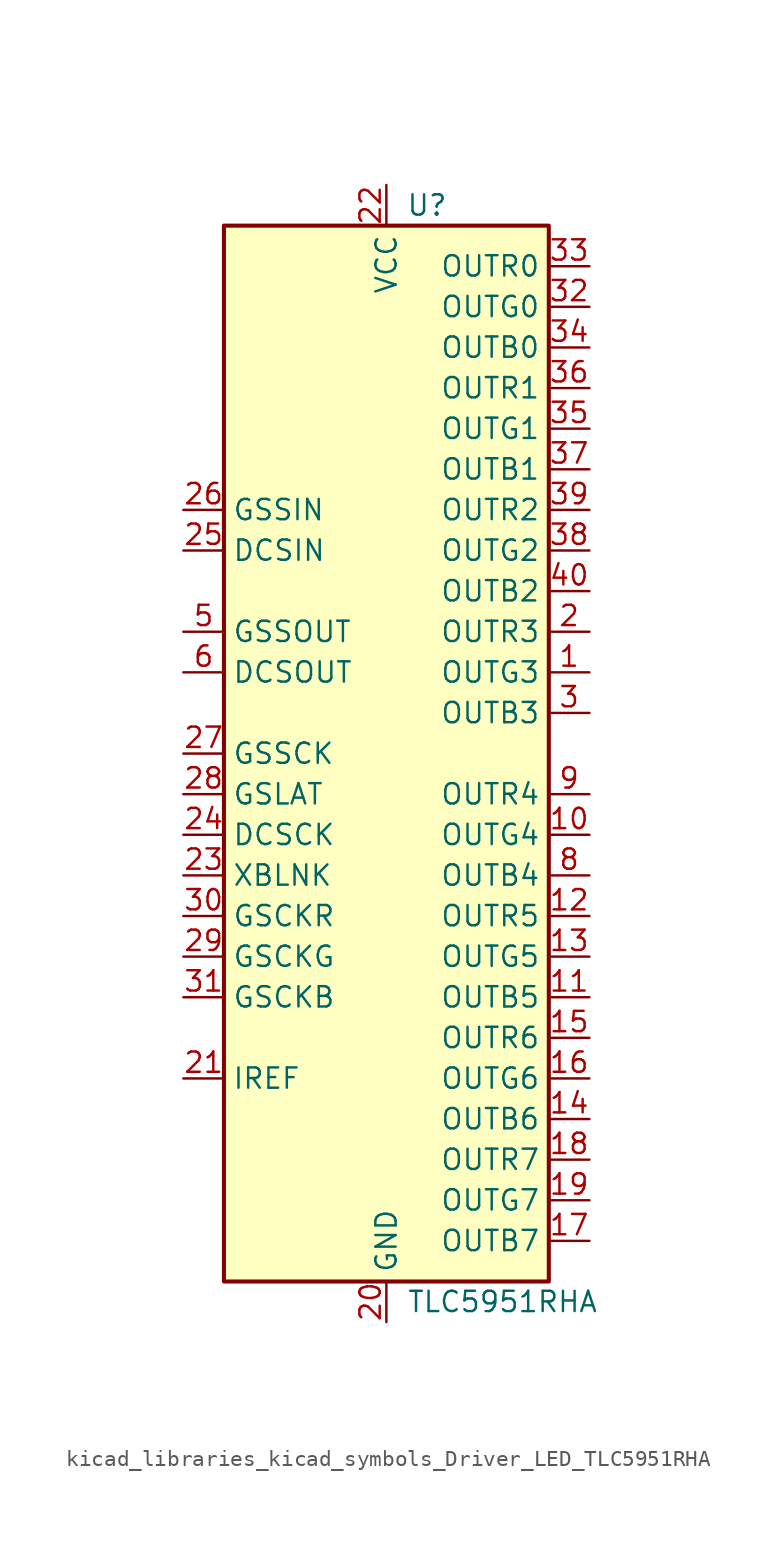
<source format=kicad_sym>
(kicad_symbol_lib
  (version 20220914)
  (generator kicad_symbol_editor)
  (symbol "kicad_libraries_kicad_symbols_Driver_LED_TLC5951RHA"
    (property "Reference" "U"
      (at 2.54 34.29 0)
      (effects (font (size 1.27 1.27))))
    (property "Value" "TLC5951RHA"
      (at 1.27 -34.29 0)
      (effects (font (size 1.27 1.27)) (justify left)))
    (symbol "kicad_libraries_kicad_symbols_Driver_LED_TLC5951RHA_0_1"
      (rectangle (start -10.16 33.02) (end 10.16 -33.02) (stroke (width 0.254) (type default)) (fill (type background)))
      (pin open_collector line (at 12.7 5.08 180) (length 2.54) (name "OUTG3" (effects (font (size 1.27 1.27)))) (number "1" (effects (font (size 1.27 1.27)))))
      (pin open_collector line (at 12.7 -5.08 180) (length 2.54) (name "OUTG4" (effects (font (size 1.27 1.27)))) (number "10" (effects (font (size 1.27 1.27)))))
      (pin open_collector line (at 12.7 -15.24 180) (length 2.54) (name "OUTB5" (effects (font (size 1.27 1.27)))) (number "11" (effects (font (size 1.27 1.27)))))
      (pin open_collector line (at 12.7 -10.16 180) (length 2.54) (name "OUTR5" (effects (font (size 1.27 1.27)))) (number "12" (effects (font (size 1.27 1.27)))))
      (pin open_collector line (at 12.7 -12.7 180) (length 2.54) (name "OUTG5" (effects (font (size 1.27 1.27)))) (number "13" (effects (font (size 1.27 1.27)))))
      (pin open_collector line (at 12.7 -22.86 180) (length 2.54) (name "OUTB6" (effects (font (size 1.27 1.27)))) (number "14" (effects (font (size 1.27 1.27)))))
      (pin open_collector line (at 12.7 -17.78 180) (length 2.54) (name "OUTR6" (effects (font (size 1.27 1.27)))) (number "15" (effects (font (size 1.27 1.27)))))
      (pin open_collector line (at 12.7 -20.32 180) (length 2.54) (name "OUTG6" (effects (font (size 1.27 1.27)))) (number "16" (effects (font (size 1.27 1.27)))))
      (pin open_collector line (at 12.7 -30.48 180) (length 2.54) (name "OUTB7" (effects (font (size 1.27 1.27)))) (number "17" (effects (font (size 1.27 1.27)))))
      (pin open_collector line (at 12.7 -25.4 180) (length 2.54) (name "OUTR7" (effects (font (size 1.27 1.27)))) (number "18" (effects (font (size 1.27 1.27)))))
      (pin open_collector line (at 12.7 -27.94 180) (length 2.54) (name "OUTG7" (effects (font (size 1.27 1.27)))) (number "19" (effects (font (size 1.27 1.27)))))
      (pin open_collector line (at 12.7 7.62 180) (length 2.54) (name "OUTR3" (effects (font (size 1.27 1.27)))) (number "2" (effects (font (size 1.27 1.27)))))
      (pin power_in line (at 0 -35.56 90) (length 2.54) (name "GND" (effects (font (size 1.27 1.27)))) (number "20" (effects (font (size 1.27 1.27)))))
      (pin passive line (at -12.7 -20.32 0) (length 2.54) (name "IREF" (effects (font (size 1.27 1.27)))) (number "21" (effects (font (size 1.27 1.27)))))
      (pin power_in line (at 0 35.56 270) (length 2.54) (name "VCC" (effects (font (size 1.27 1.27)))) (number "22" (effects (font (size 1.27 1.27)))))
      (pin input line (at -12.7 -7.62 0) (length 2.54) (name "XBLNK" (effects (font (size 1.27 1.27)))) (number "23" (effects (font (size 1.27 1.27)))))
      (pin input line (at -12.7 -5.08 0) (length 2.54) (name "DCSCK" (effects (font (size 1.27 1.27)))) (number "24" (effects (font (size 1.27 1.27)))))
      (pin input line (at -12.7 12.7 0) (length 2.54) (name "DCSIN" (effects (font (size 1.27 1.27)))) (number "25" (effects (font (size 1.27 1.27)))))
      (pin input line (at -12.7 15.24 0) (length 2.54) (name "GSSIN" (effects (font (size 1.27 1.27)))) (number "26" (effects (font (size 1.27 1.27)))))
      (pin input line (at -12.7 0 0) (length 2.54) (name "GSSCK" (effects (font (size 1.27 1.27)))) (number "27" (effects (font (size 1.27 1.27)))))
      (pin input line (at -12.7 -2.54 0) (length 2.54) (name "GSLAT" (effects (font (size 1.27 1.27)))) (number "28" (effects (font (size 1.27 1.27)))))
      (pin input line (at -12.7 -12.7 0) (length 2.54) (name "GSCKG" (effects (font (size 1.27 1.27)))) (number "29" (effects (font (size 1.27 1.27)))))
      (pin open_collector line (at 12.7 2.54 180) (length 2.54) (name "OUTB3" (effects (font (size 1.27 1.27)))) (number "3" (effects (font (size 1.27 1.27)))))
      (pin input line (at -12.7 -10.16 0) (length 2.54) (name "GSCKR" (effects (font (size 1.27 1.27)))) (number "30" (effects (font (size 1.27 1.27)))))
      (pin input line (at -12.7 -15.24 0) (length 2.54) (name "GSCKB" (effects (font (size 1.27 1.27)))) (number "31" (effects (font (size 1.27 1.27)))))
      (pin open_collector line (at 12.7 27.94 180) (length 2.54) (name "OUTG0" (effects (font (size 1.27 1.27)))) (number "32" (effects (font (size 1.27 1.27)))))
      (pin open_collector line (at 12.7 30.48 180) (length 2.54) (name "OUTR0" (effects (font (size 1.27 1.27)))) (number "33" (effects (font (size 1.27 1.27)))))
      (pin open_collector line (at 12.7 25.4 180) (length 2.54) (name "OUTB0" (effects (font (size 1.27 1.27)))) (number "34" (effects (font (size 1.27 1.27)))))
      (pin open_collector line (at 12.7 20.32 180) (length 2.54) (name "OUTG1" (effects (font (size 1.27 1.27)))) (number "35" (effects (font (size 1.27 1.27)))))
      (pin open_collector line (at 12.7 22.86 180) (length 2.54) (name "OUTR1" (effects (font (size 1.27 1.27)))) (number "36" (effects (font (size 1.27 1.27)))))
      (pin open_collector line (at 12.7 17.78 180) (length 2.54) (name "OUTB1" (effects (font (size 1.27 1.27)))) (number "37" (effects (font (size 1.27 1.27)))))
      (pin open_collector line (at 12.7 12.7 180) (length 2.54) (name "OUTG2" (effects (font (size 1.27 1.27)))) (number "38" (effects (font (size 1.27 1.27)))))
      (pin open_collector line (at 12.7 15.24 180) (length 2.54) (name "OUTR2" (effects (font (size 1.27 1.27)))) (number "39" (effects (font (size 1.27 1.27)))))
      (pin no_connect line (at -10.16 -22.86 0) (length 2.54) hide (name "NC" (effects (font (size 1.27 1.27)))) (number "4" (effects (font (size 1.27 1.27)))))
      (pin open_collector line (at 12.7 10.16 180) (length 2.54) (name "OUTB2" (effects (font (size 1.27 1.27)))) (number "40" (effects (font (size 1.27 1.27)))))
      (pin passive line (at 0 -35.56 90) (length 2.54) hide (name "GND" (effects (font (size 1.27 1.27)))) (number "41" (effects (font (size 1.27 1.27)))))
      (pin no_connect line (at -10.16 -25.4 0) (length 2.54) hide (name "NC" (effects (font (size 1.27 1.27)))) (number "7" (effects (font (size 1.27 1.27)))))
      (pin open_collector line (at 12.7 -7.62 180) (length 2.54) (name "OUTB4" (effects (font (size 1.27 1.27)))) (number "8" (effects (font (size 1.27 1.27)))))
      (pin open_collector line (at 12.7 -2.54 180) (length 2.54) (name "OUTR4" (effects (font (size 1.27 1.27)))) (number "9" (effects (font (size 1.27 1.27))))))
    (symbol "kicad_libraries_kicad_symbols_Driver_LED_TLC5951RHA_1_1"
      (pin output line (at -12.7 7.62 0) (length 2.54) (name "GSSOUT" (effects (font (size 1.27 1.27)))) (number "5" (effects (font (size 1.27 1.27)))))
      (pin output line (at -12.7 5.08 0) (length 2.54) (name "DCSOUT" (effects (font (size 1.27 1.27)))) (number "6" (effects (font (size 1.27 1.27))))))))
</source>
